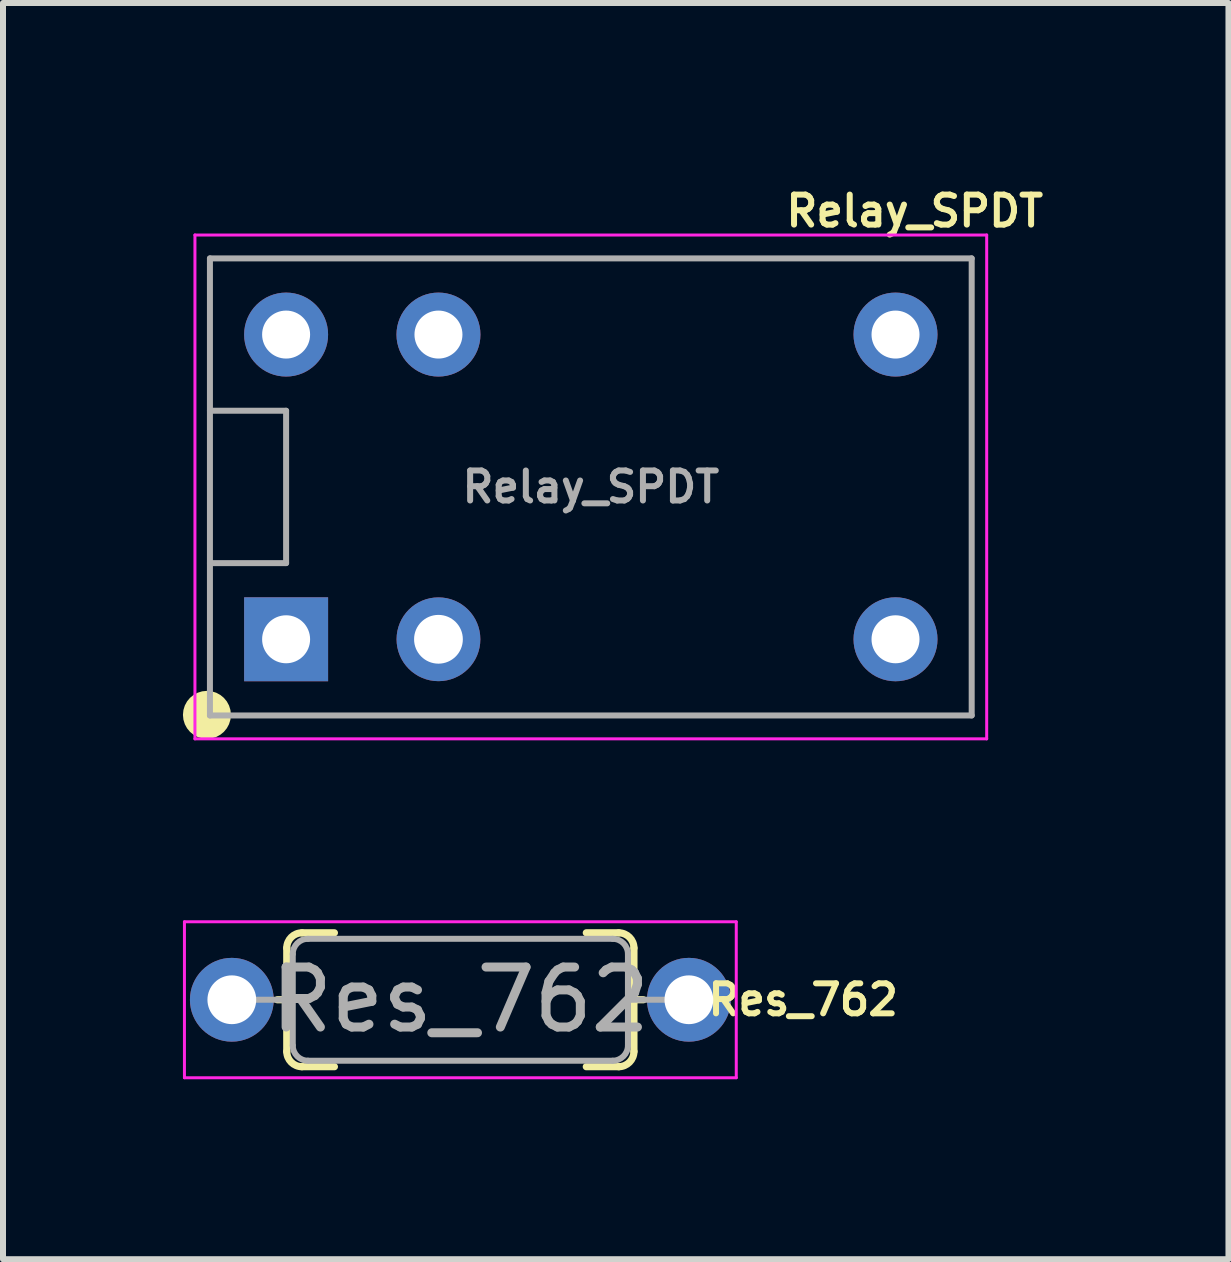
<source format=kicad_pcb>
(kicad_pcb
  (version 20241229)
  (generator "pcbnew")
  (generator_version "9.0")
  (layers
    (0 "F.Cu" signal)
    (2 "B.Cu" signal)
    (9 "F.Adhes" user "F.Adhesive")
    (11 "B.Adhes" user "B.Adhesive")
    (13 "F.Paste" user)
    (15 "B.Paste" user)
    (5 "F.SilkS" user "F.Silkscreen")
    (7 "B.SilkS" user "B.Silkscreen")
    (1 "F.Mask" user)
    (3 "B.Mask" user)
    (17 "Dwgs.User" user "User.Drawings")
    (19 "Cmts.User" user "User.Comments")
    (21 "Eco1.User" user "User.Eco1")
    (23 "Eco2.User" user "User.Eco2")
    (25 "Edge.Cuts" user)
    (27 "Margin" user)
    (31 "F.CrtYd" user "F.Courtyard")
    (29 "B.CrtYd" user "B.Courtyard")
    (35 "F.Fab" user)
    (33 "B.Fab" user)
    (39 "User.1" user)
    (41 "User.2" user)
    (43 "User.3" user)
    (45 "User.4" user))
  (footprint "Res_762"
    (layer "F.Cu")
    (at 4.625 13.618)
    (property "Reference" "Res_762" (at 5.715 0 180) (layer "F.SilkS") (effects (font (size 0.5 0.5) (thickness 0.1))))
    (attr through_hole)
    (fp_line (start -3.05 0) (end -2.894 0) (stroke (width 0.12) (type solid)) (layer "F.SilkS"))
    (fp_line (start -2.894 0.862) (end -2.894 -0.862) (stroke (width 0.12) (type solid)) (layer "F.SilkS"))
    (fp_line (start -2.64 -1.116) (end -2.1 -1.116) (stroke (width 0.12) (type solid)) (layer "F.SilkS"))
    (fp_line (start -2.1 1.116) (end -2.64 1.116) (stroke (width 0.12) (type solid)) (layer "F.SilkS"))
    (fp_line (start 2.1 -1.116) (end 2.64 -1.116) (stroke (width 0.12) (type solid)) (layer "F.SilkS"))
    (fp_line (start 2.1 1.116) (end 2.64 1.116) (stroke (width 0.12) (type solid)) (layer "F.SilkS"))
    (fp_line (start 2.894 -0.862) (end 2.894 0.862) (stroke (width 0.12) (type solid)) (layer "F.SilkS"))
    (fp_line (start 2.894 0) (end 3.05 0) (stroke (width 0.12) (type solid)) (layer "F.SilkS"))
    (fp_arc (start -2.894 -0.862) (mid -2.819605 -1.041605) (end -2.64 -1.116) (stroke (width 0.12) (type solid)) (layer "F.SilkS"))
    (fp_arc (start -2.64 1.116) (mid -2.819605 1.041605) (end -2.894 0.862) (stroke (width 0.12) (type solid)) (layer "F.SilkS"))
    (fp_arc (start 2.64 -1.116) (mid 2.819605 -1.041605) (end 2.894 -0.862) (stroke (width 0.12) (type solid)) (layer "F.SilkS"))
    (fp_arc (start 2.894 0.862) (mid 2.819605 1.041605) (end 2.64 1.116) (stroke (width 0.12) (type solid)) (layer "F.SilkS"))
    (fp_line (start -4.6 -1.3) (end -4.6 1.3) (stroke (width 0.05) (type solid)) (layer "F.CrtYd"))
    (fp_line (start -4.6 1.3) (end 4.6 1.3) (stroke (width 0.05) (type solid)) (layer "F.CrtYd"))
    (fp_line (start 4.6 -1.3) (end -4.6 -1.3) (stroke (width 0.05) (type solid)) (layer "F.CrtYd"))
    (fp_line (start 4.6 1.3) (end 4.6 -1.3) (stroke (width 0.05) (type solid)) (layer "F.CrtYd"))
    (fp_line (start -3.8 0) (end -2.794 0) (stroke (width 0.1) (type solid)) (layer "F.Fab"))
    (fp_line (start -2.794 0.762) (end -2.794 -0.762) (stroke (width 0.1) (type solid)) (layer "F.Fab"))
    (fp_line (start -2.54 -1.016) (end 2.54 -1.016) (stroke (width 0.1) (type solid)) (layer "F.Fab"))
    (fp_line (start 2.54 1.016) (end -2.54 1.016) (stroke (width 0.1) (type solid)) (layer "F.Fab"))
    (fp_line (start 2.794 -0.762) (end 2.794 0.762) (stroke (width 0.1) (type solid)) (layer "F.Fab"))
    (fp_line (start 2.794 0) (end 3.8 0) (stroke (width 0.1) (type solid)) (layer "F.Fab"))
    (fp_arc (start -2.794 -0.762) (mid -2.719605 -0.941605) (end -2.54 -1.016) (stroke (width 0.1) (type solid)) (layer "F.Fab"))
    (fp_arc (start -2.54 1.016) (mid -2.719605 0.941605) (end -2.794 0.762) (stroke (width 0.1) (type solid)) (layer "F.Fab"))
    (fp_arc (start 2.54 -1.016) (mid 2.719605 -0.941605) (end 2.794 -0.762) (stroke (width 0.1) (type solid)) (layer "F.Fab"))
    (fp_arc (start 2.794 0.762) (mid 2.719605 0.941605) (end 2.54 1.016) (stroke (width 0.1) (type solid)) (layer "F.Fab"))
    (fp_text user "${REFERENCE}" (at 0 0 0) (layer "F.Fab") (effects (font (size 1 1) (thickness 0.15))))
    (pad "1" thru_hole circle (at -3.81 0) (size 1.397 1.397) (drill 0.813) (layers "*.Cu" "*.Mask"))
    (pad "2" thru_hole circle (at 3.81 0) (size 1.397 1.397) (drill 0.813) (layers "*.Cu" "*.Mask")))
  (footprint "Relay_SPDT"
    (layer "F.Cu")
    (at 6.8 5.068)
    (property "Reference" "Relay_SPDT" (at 5.4 -4.6 180) (layer "F.SilkS") (effects (font (size 0.5 0.5) (thickness 0.1))))
    (attr through_hole)
    (fp_circle (center -6.4 3.8) (end -6.2 3.8) (stroke (width 0.4) (type solid)) (fill no) (layer "F.SilkS"))
    (fp_line (start -6.6 -4.2) (end 6.6 -4.2) (stroke (width 0.05) (type solid)) (layer "F.CrtYd"))
    (fp_line (start -6.6 4.2) (end -6.6 -4.2) (stroke (width 0.05) (type solid)) (layer "F.CrtYd"))
    (fp_line (start 6.6 -4.2) (end 6.6 4.2) (stroke (width 0.05) (type solid)) (layer "F.CrtYd"))
    (fp_line (start 6.6 4.2) (end -6.6 4.2) (stroke (width 0.05) (type solid)) (layer "F.CrtYd"))
    (fp_line (start -6.35 -3.81) (end -6.35 3.81) (stroke (width 0.1) (type solid)) (layer "F.Fab"))
    (fp_line (start -6.35 -1.27) (end -5.08 -1.27) (stroke (width 0.1) (type solid)) (layer "F.Fab"))
    (fp_line (start -6.35 3.81) (end 6.35 3.81) (stroke (width 0.1) (type solid)) (layer "F.Fab"))
    (fp_line (start -5.08 -1.27) (end -5.08 1.27) (stroke (width 0.1) (type solid)) (layer "F.Fab"))
    (fp_line (start -5.08 1.27) (end -6.35 1.27) (stroke (width 0.1) (type solid)) (layer "F.Fab"))
    (fp_line (start 6.35 -3.81) (end -6.35 -3.81) (stroke (width 0.1) (type solid)) (layer "F.Fab"))
    (fp_line (start 6.35 3.81) (end 6.35 -3.81) (stroke (width 0.1) (type solid)) (layer "F.Fab"))
    (fp_text user "${REFERENCE}" (at 0 0 0) (layer "F.Fab") (effects (font (size 0.5 0.5) (thickness 0.1))))
    (pad "1" thru_hole rect (at -5.08 2.54) (size 1.4 1.4) (drill 0.8) (layers "*.Cu" "*.Mask"))
    (pad "2" thru_hole circle (at -2.54 2.54) (size 1.397 1.397) (drill 0.813) (layers "*.Cu" "*.Mask"))
    (pad "5" thru_hole circle (at 5.08 2.54) (size 1.4 1.4) (drill 0.8) (layers "*.Cu" "*.Mask"))
    (pad "6" thru_hole circle (at 5.08 -2.54) (size 1.4 1.4) (drill 0.8) (layers "*.Cu" "*.Mask"))
    (pad "9" thru_hole circle (at -2.54 -2.54) (size 1.4 1.4) (drill 0.8) (layers "*.Cu" "*.Mask"))
    (pad "10" thru_hole circle (at -5.08 -2.54) (size 1.4 1.4) (drill 0.8) (layers "*.Cu" "*.Mask")))
  (gr_rect
    (start -3 -3)
    (end 17.431 17.943)
    (stroke (width 0.1) (type default))
    (fill no)
    (layer "Edge.Cuts")))
</source>
